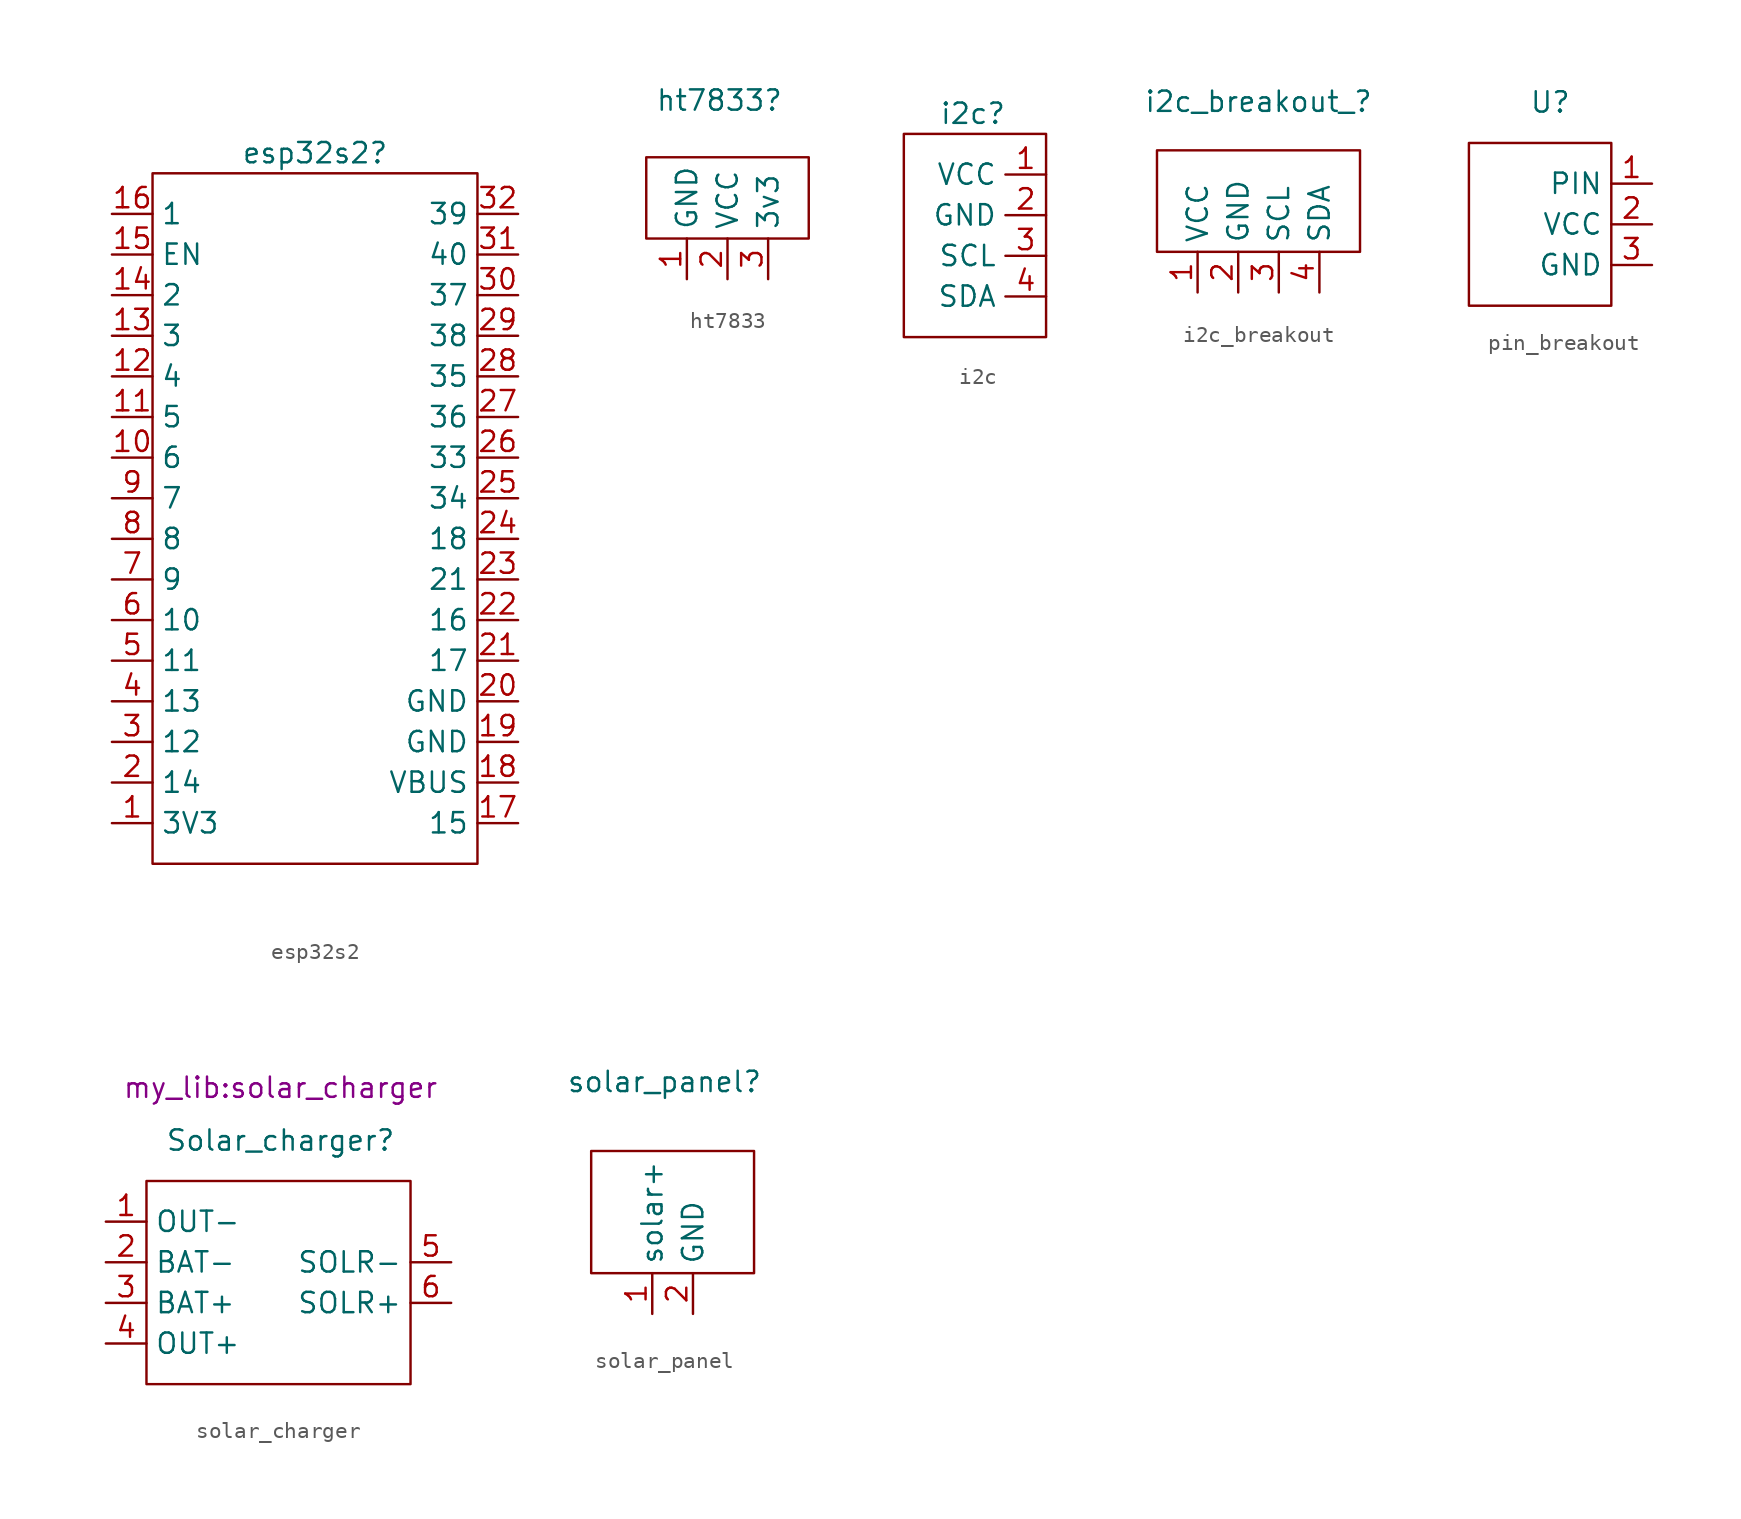
<source format=kicad_sym>
(kicad_symbol_lib
  (version 20231120)
  (generator "kicad_symbol_editor")
  (generator_version "8.0")
  (symbol "esp32s2"
    (property "Reference" "esp32s2"
      (at 0 0 0)
      (effects (font (size 1.27 1.27))))
    (property "Value" ""
      (at 0 0 0)
      (effects (font (size 1.27 1.27))))
    (symbol "esp32s2_0_1"
      (rectangle (start -10.16 -1.27) (end 10.16 -44.45) (stroke (width 0) (type default)) (fill (type none))))
    (symbol "esp32s2_1_1"
      (pin input line (at -12.7 -41.91 0) (length 2.54) (name "3V3" (effects (font (size 1.27 1.27)))) (number "1" (effects (font (size 1.27 1.27)))))
      (pin input line (at -12.7 -19.05 0) (length 2.54) (name "6" (effects (font (size 1.27 1.27)))) (number "10" (effects (font (size 1.27 1.27)))))
      (pin input line (at -12.7 -16.51 0) (length 2.54) (name "5" (effects (font (size 1.27 1.27)))) (number "11" (effects (font (size 1.27 1.27)))))
      (pin input line (at -12.7 -13.97 0) (length 2.54) (name "4" (effects (font (size 1.27 1.27)))) (number "12" (effects (font (size 1.27 1.27)))))
      (pin input line (at -12.7 -11.43 0) (length 2.54) (name "3" (effects (font (size 1.27 1.27)))) (number "13" (effects (font (size 1.27 1.27)))))
      (pin input line (at -12.7 -8.89 0) (length 2.54) (name "2" (effects (font (size 1.27 1.27)))) (number "14" (effects (font (size 1.27 1.27)))))
      (pin input line (at -12.7 -6.35 0) (length 2.54) (name "EN" (effects (font (size 1.27 1.27)))) (number "15" (effects (font (size 1.27 1.27)))))
      (pin input line (at -12.7 -3.81 0) (length 2.54) (name "1" (effects (font (size 1.27 1.27)))) (number "16" (effects (font (size 1.27 1.27)))))
      (pin input line (at 12.7 -41.91 180) (length 2.54) (name "15" (effects (font (size 1.27 1.27)))) (number "17" (effects (font (size 1.27 1.27)))))
      (pin input line (at 12.7 -39.37 180) (length 2.54) (name "VBUS" (effects (font (size 1.27 1.27)))) (number "18" (effects (font (size 1.27 1.27)))))
      (pin input line (at 12.7 -36.83 180) (length 2.54) (name "GND" (effects (font (size 1.27 1.27)))) (number "19" (effects (font (size 1.27 1.27)))))
      (pin input line (at -12.7 -39.37 0) (length 2.54) (name "14" (effects (font (size 1.27 1.27)))) (number "2" (effects (font (size 1.27 1.27)))))
      (pin input line (at 12.7 -34.29 180) (length 2.54) (name "GND" (effects (font (size 1.27 1.27)))) (number "20" (effects (font (size 1.27 1.27)))))
      (pin input line (at 12.7 -31.75 180) (length 2.54) (name "17" (effects (font (size 1.27 1.27)))) (number "21" (effects (font (size 1.27 1.27)))))
      (pin input line (at 12.7 -29.21 180) (length 2.54) (name "16" (effects (font (size 1.27 1.27)))) (number "22" (effects (font (size 1.27 1.27)))))
      (pin input line (at 12.7 -26.67 180) (length 2.54) (name "21" (effects (font (size 1.27 1.27)))) (number "23" (effects (font (size 1.27 1.27)))))
      (pin input line (at 12.7 -24.13 180) (length 2.54) (name "18" (effects (font (size 1.27 1.27)))) (number "24" (effects (font (size 1.27 1.27)))))
      (pin input line (at 12.7 -21.59 180) (length 2.54) (name "34" (effects (font (size 1.27 1.27)))) (number "25" (effects (font (size 1.27 1.27)))))
      (pin input line (at 12.7 -19.05 180) (length 2.54) (name "33" (effects (font (size 1.27 1.27)))) (number "26" (effects (font (size 1.27 1.27)))))
      (pin input line (at 12.7 -16.51 180) (length 2.54) (name "36" (effects (font (size 1.27 1.27)))) (number "27" (effects (font (size 1.27 1.27)))))
      (pin input line (at 12.7 -13.97 180) (length 2.54) (name "35" (effects (font (size 1.27 1.27)))) (number "28" (effects (font (size 1.27 1.27)))))
      (pin input line (at 12.7 -11.43 180) (length 2.54) (name "38" (effects (font (size 1.27 1.27)))) (number "29" (effects (font (size 1.27 1.27)))))
      (pin input line (at -12.7 -36.83 0) (length 2.54) (name "12" (effects (font (size 1.27 1.27)))) (number "3" (effects (font (size 1.27 1.27)))))
      (pin input line (at 12.7 -8.89 180) (length 2.54) (name "37" (effects (font (size 1.27 1.27)))) (number "30" (effects (font (size 1.27 1.27)))))
      (pin input line (at 12.7 -6.35 180) (length 2.54) (name "40" (effects (font (size 1.27 1.27)))) (number "31" (effects (font (size 1.27 1.27)))))
      (pin input line (at 12.7 -3.81 180) (length 2.54) (name "39" (effects (font (size 1.27 1.27)))) (number "32" (effects (font (size 1.27 1.27)))))
      (pin input line (at -12.7 -34.29 0) (length 2.54) (name "13" (effects (font (size 1.27 1.27)))) (number "4" (effects (font (size 1.27 1.27)))))
      (pin input line (at -12.7 -31.75 0) (length 2.54) (name "11" (effects (font (size 1.27 1.27)))) (number "5" (effects (font (size 1.27 1.27)))))
      (pin input line (at -12.7 -29.21 0) (length 2.54) (name "10" (effects (font (size 1.27 1.27)))) (number "6" (effects (font (size 1.27 1.27)))))
      (pin input line (at -12.7 -26.67 0) (length 2.54) (name "9" (effects (font (size 1.27 1.27)))) (number "7" (effects (font (size 1.27 1.27)))))
      (pin input line (at -12.7 -24.13 0) (length 2.54) (name "8" (effects (font (size 1.27 1.27)))) (number "8" (effects (font (size 1.27 1.27)))))
      (pin input line (at -12.7 -21.59 0) (length 2.54) (name "7" (effects (font (size 1.27 1.27)))) (number "9" (effects (font (size 1.27 1.27)))))))
  (symbol "ht7833"
    (property "Reference" "ht7833"
      (at 0.762 2.286 0)
      (effects (font (size 1.27 1.27))))
    (property "Value" ""
      (at 0 0 0)
      (effects (font (size 1.27 1.27))))
    (symbol "ht7833_0_1"
      (rectangle (start -3.81 -1.27) (end 6.35 -6.35) (stroke (width 0) (type default)) (fill (type none))))
    (symbol "ht7833_1_1"
      (pin input line (at -1.27 -8.89 90) (length 2.54) (name "GND" (effects (font (size 1.27 1.27)))) (number "1" (effects (font (size 1.27 1.27)))))
      (pin input line (at 1.27 -8.89 90) (length 2.54) (name "VCC" (effects (font (size 1.27 1.27)))) (number "2" (effects (font (size 1.27 1.27)))))
      (pin input line (at 3.81 -8.89 90) (length 2.54) (name "3v3" (effects (font (size 1.27 1.27)))) (number "3" (effects (font (size 1.27 1.27)))))))
  (symbol "i2c"
    (property "Reference" "i2c"
      (at 3.048 -1.27 0)
      (effects (font (size 1.27 1.27))))
    (property "Value" ""
      (at 0 0 0)
      (effects (font (size 1.27 1.27))))
    (symbol "i2c_0_1"
      (rectangle (start -1.27 -2.54) (end 7.62 -15.24) (stroke (width 0) (type default)) (fill (type none))))
    (symbol "i2c_1_1"
      (pin input line (at 7.62 -5.08 180) (length 2.54) (name "VCC" (effects (font (size 1.27 1.27)))) (number "1" (effects (font (size 1.27 1.27)))))
      (pin input line (at 7.62 -7.62 180) (length 2.54) (name "GND" (effects (font (size 1.27 1.27)))) (number "2" (effects (font (size 1.27 1.27)))))
      (pin input line (at 7.62 -10.16 180) (length 2.54) (name "SCL" (effects (font (size 1.27 1.27)))) (number "3" (effects (font (size 1.27 1.27)))))
      (pin input line (at 7.62 -12.7 180) (length 2.54) (name "SDA" (effects (font (size 1.27 1.27)))) (number "4" (effects (font (size 1.27 1.27)))))))
  (symbol "i2c_breakout"
    (property "Reference" "i2c_breakout_"
      (at 1.27 1.778 0)
      (effects (font (size 1.27 1.27))))
    (property "Value" ""
      (at 0 0 0)
      (effects (font (size 1.27 1.27))))
    (symbol "i2c_breakout_0_1"
      (rectangle (start -5.08 -1.27) (end 7.62 -7.62) (stroke (width 0) (type default)) (fill (type none))))
    (symbol "i2c_breakout_1_1"
      (pin input line (at -2.54 -10.16 90) (length 2.54) (name "VCC" (effects (font (size 1.27 1.27)))) (number "1" (effects (font (size 1.27 1.27)))))
      (pin input line (at 0 -10.16 90) (length 2.54) (name "GND" (effects (font (size 1.27 1.27)))) (number "2" (effects (font (size 1.27 1.27)))))
      (pin input line (at 2.54 -10.16 90) (length 2.54) (name "SCL" (effects (font (size 1.27 1.27)))) (number "3" (effects (font (size 1.27 1.27)))))
      (pin input line (at 5.08 -10.16 90) (length 2.54) (name "SDA" (effects (font (size 1.27 1.27)))) (number "4" (effects (font (size 1.27 1.27)))))))
  (symbol "pin_breakout"
    (property "Reference" "U"
      (at 0 0 0)
      (effects (font (size 1.27 1.27))))
    (property "Value" ""
      (at 0 0 0)
      (effects (font (size 1.27 1.27))))
    (symbol "pin_breakout_0_1"
      (rectangle (start -5.08 -2.54) (end 3.81 -12.7) (stroke (width 0) (type default)) (fill (type none)))
      (rectangle (start 2.54 -5.08) (end 2.54 -5.08) (stroke (width 0) (type default)) (fill (type none))))
    (symbol "pin_breakout_1_1"
      (pin bidirectional line (at 6.35 -5.08 180) (length 2.54) (name "PIN" (effects (font (size 1.27 1.27)))) (number "1" (effects (font (size 1.27 1.27)))))
      (pin bidirectional line (at 6.35 -7.62 180) (length 2.54) (name "VCC" (effects (font (size 1.27 1.27)))) (number "2" (effects (font (size 1.27 1.27)))))
      (pin bidirectional line (at 6.35 -10.16 180) (length 2.54) (name "GND" (effects (font (size 1.27 1.27)))) (number "3" (effects (font (size 1.27 1.27)))))))
  (symbol "solar_charger"
    (property "Reference" "Solar_charger"
      (at 4.572 0 0)
      (effects (font (size 1.27 1.27))))
    (property "Value" ""
      (at 0 0 0)
      (effects (font (size 1.27 1.27))))
    (property "Footprint" "my_lib:solar_charger"
      (at 4.572 3.302 0)
      (effects (font (size 1.27 1.27))))
    (symbol "solar_charger_0_1"
      (rectangle (start -3.81 -2.54) (end 12.7 -15.24) (stroke (width 0) (type default)) (fill (type none))))
    (symbol "solar_charger_1_1"
      (pin input line (at -6.35 -5.08 0) (length 2.54) (name "OUT-" (effects (font (size 1.27 1.27)))) (number "1" (effects (font (size 1.27 1.27)))))
      (pin input line (at -6.35 -7.62 0) (length 2.54) (name "BAT-" (effects (font (size 1.27 1.27)))) (number "2" (effects (font (size 1.27 1.27)))))
      (pin input line (at -6.35 -10.16 0) (length 2.54) (name "BAT+" (effects (font (size 1.27 1.27)))) (number "3" (effects (font (size 1.27 1.27)))))
      (pin input line (at -6.35 -12.7 0) (length 2.54) (name "OUT+" (effects (font (size 1.27 1.27)))) (number "4" (effects (font (size 1.27 1.27)))))
      (pin input line (at 15.24 -7.62 180) (length 2.54) (name "SOLR-" (effects (font (size 1.27 1.27)))) (number "5" (effects (font (size 1.27 1.27)))))
      (pin input line (at 15.24 -10.16 180) (length 2.54) (name "SOLR+" (effects (font (size 1.27 1.27)))) (number "6" (effects (font (size 1.27 1.27)))))))
  (symbol "solar_panel"
    (property "Reference" "solar_panel"
      (at -0.508 3.048 0)
      (effects (font (size 1.27 1.27))))
    (property "Value" ""
      (at 0 0 0)
      (effects (font (size 1.27 1.27))))
    (symbol "solar_panel_0_1"
      (rectangle (start -5.08 -1.27) (end 5.08 -8.89) (stroke (width 0) (type default)) (fill (type none))))
    (symbol "solar_panel_1_1"
      (pin input line (at -1.27 -11.43 90) (length 2.54) (name "solar+" (effects (font (size 1.27 1.27)))) (number "1" (effects (font (size 1.27 1.27)))))
      (pin input line (at 1.27 -11.43 90) (length 2.54) (name "GND" (effects (font (size 1.27 1.27)))) (number "2" (effects (font (size 1.27 1.27))))))))
</source>
